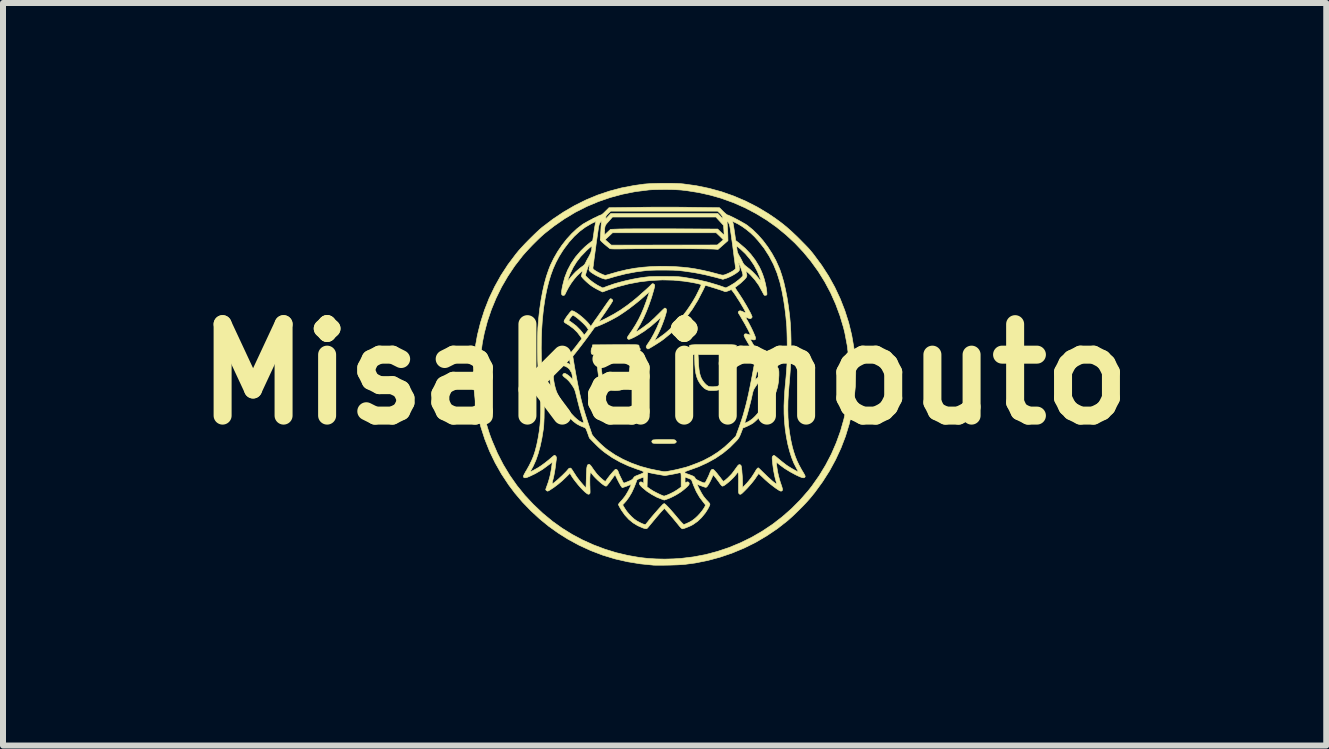
<source format=kicad_pcb>
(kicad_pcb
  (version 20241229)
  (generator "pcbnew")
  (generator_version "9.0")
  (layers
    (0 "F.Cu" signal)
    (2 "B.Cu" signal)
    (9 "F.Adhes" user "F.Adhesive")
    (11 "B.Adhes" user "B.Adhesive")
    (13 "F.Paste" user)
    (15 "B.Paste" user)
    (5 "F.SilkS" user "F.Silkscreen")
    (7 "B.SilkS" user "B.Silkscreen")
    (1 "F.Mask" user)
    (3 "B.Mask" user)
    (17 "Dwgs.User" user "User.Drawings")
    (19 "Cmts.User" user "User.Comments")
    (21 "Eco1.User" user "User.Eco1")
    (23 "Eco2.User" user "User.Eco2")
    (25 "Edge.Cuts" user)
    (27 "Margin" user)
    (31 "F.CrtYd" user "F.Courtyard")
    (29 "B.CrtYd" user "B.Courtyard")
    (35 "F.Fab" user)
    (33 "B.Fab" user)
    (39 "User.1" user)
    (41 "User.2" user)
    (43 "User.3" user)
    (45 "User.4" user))
  (footprint "Misakaimouto"
    (layer "F.Cu")
    (at 8.026 3.187)
    (property "Reference" "Misakaimouto" (at 0 0 0) (layer "F.SilkS") (effects (font (size 1.524 1.524) (thickness 0.3))))
    (attr through_hole)
    (fp_poly (pts (xy 0.047 1.089) (xy 0.09 1.089) (xy 0.121 1.09) (xy 0.144 1.091) (xy 0.159 1.092) (xy 0.169 1.095) (xy 0.176 1.099) (xy 0.181 1.103) (xy 0.194 1.118) (xy 0.194 1.131) (xy 0.185 1.142) (xy 0.179 1.146) (xy 0.17 1.149) (xy 0.156 1.151) (xy 0.134 1.152) (xy 0.103 1.153) (xy 0.062 1.154) (xy 0.009 1.154) (xy -0.01 1.154) (xy -0.067 1.154) (xy -0.111 1.154) (xy -0.144 1.153) (xy -0.167 1.152) (xy -0.184 1.15) (xy -0.194 1.148) (xy -0.201 1.145) (xy -0.206 1.14) (xy -0.214 1.123) (xy -0.208 1.106) (xy -0.196 1.096) (xy -0.185 1.094) (xy -0.161 1.092) (xy -0.127 1.09) (xy -0.084 1.089) (xy -0.035 1.089) (xy -0.008 1.089) (xy 0.047 1.089)) (stroke (width 0.01) (type solid)) (fill yes) (layer "F.SilkS"))
    (fp_poly (pts (xy -0.557 -0.492) (xy -0.519 -0.492) (xy -0.49 -0.492) (xy -0.468 -0.491) (xy -0.452 -0.489) (xy -0.442 -0.488) (xy -0.435 -0.486) (xy -0.431 -0.483) (xy -0.429 -0.48) (xy -0.428 -0.48) (xy -0.424 -0.464) (xy -0.425 -0.455) (xy -0.423 -0.444) (xy -0.418 -0.44) (xy -0.409 -0.43) (xy -0.406 -0.414) (xy -0.409 -0.397) (xy -0.418 -0.387) (xy -0.418 -0.387) (xy -0.426 -0.377) (xy -0.426 -0.369) (xy -0.428 -0.351) (xy -0.441 -0.337) (xy -0.463 -0.328) (xy -0.479 -0.327) (xy -0.508 -0.327) (xy -0.508 -0.267) (xy -0.511 -0.179) (xy -0.518 -0.096) (xy -0.53 -0.021) (xy -0.546 0.044) (xy -0.56 0.083) (xy -0.584 0.13) (xy -0.615 0.174) (xy -0.649 0.213) (xy -0.685 0.242) (xy -0.708 0.255) (xy -0.74 0.265) (xy -0.781 0.271) (xy -0.825 0.273) (xy -0.866 0.271) (xy -0.878 0.269) (xy -0.929 0.255) (xy -0.972 0.232) (xy -0.99 0.217) (xy -1.014 0.193) (xy -1.04 0.161) (xy -1.064 0.126) (xy -1.083 0.094) (xy -1.092 0.073) (xy -1.097 0.052) (xy -1.103 0.018) (xy -1.109 -0.024) (xy -1.115 -0.074) (xy -1.121 -0.129) (xy -1.125 -0.185) (xy -1.129 -0.241) (xy -1.129 -0.241) (xy -1.134 -0.327) (xy -1.069 -0.327) (xy -1.064 -0.223) (xy -1.06 -0.159) (xy -1.055 -0.099) (xy -1.048 -0.044) (xy -1.042 0.003) (xy -1.034 0.04) (xy -1.027 0.065) (xy -1.025 0.069) (xy -1.01 0.094) (xy -0.989 0.121) (xy -0.966 0.149) (xy -0.944 0.171) (xy -0.926 0.185) (xy -0.903 0.196) (xy -0.882 0.204) (xy -0.853 0.208) (xy -0.818 0.209) (xy -0.782 0.208) (xy -0.752 0.204) (xy -0.747 0.203) (xy -0.724 0.192) (xy -0.698 0.171) (xy -0.671 0.143) (xy -0.647 0.112) (xy -0.629 0.083) (xy -0.607 0.027) (xy -0.59 -0.042) (xy -0.579 -0.121) (xy -0.573 -0.211) (xy -0.573 -0.309) (xy -0.573 -0.31) (xy -0.573 -0.327) (xy -1.069 -0.327) (xy -1.134 -0.327) (xy -1.166 -0.327) (xy -1.195 -0.328) (xy -1.213 -0.335) (xy -1.222 -0.349) (xy -1.225 -0.374) (xy -1.225 -0.383) (xy -1.223 -0.409) (xy -1.219 -0.428) (xy -1.215 -0.435) (xy -1.208 -0.45) (xy -1.203 -0.468) (xy -1.201 -0.49) (xy -0.819 -0.492) (xy -0.734 -0.492) (xy -0.663 -0.492) (xy -0.605 -0.493) (xy -0.557 -0.492)) (stroke (width 0.01) (type solid)) (fill yes) (layer "F.SilkS"))
    (fp_poly (pts (xy 0.892 -0.493) (xy 0.965 -0.493) (xy 1.025 -0.493) (xy 1.074 -0.492) (xy 1.114 -0.492) (xy 1.144 -0.49) (xy 1.166 -0.488) (xy 1.181 -0.485) (xy 1.191 -0.482) (xy 1.196 -0.477) (xy 1.197 -0.472) (xy 1.196 -0.465) (xy 1.194 -0.458) (xy 1.193 -0.446) (xy 1.197 -0.443) (xy 1.207 -0.437) (xy 1.214 -0.422) (xy 1.214 -0.405) (xy 1.212 -0.399) (xy 1.208 -0.382) (xy 1.214 -0.37) (xy 1.219 -0.358) (xy 1.214 -0.348) (xy 1.206 -0.341) (xy 1.181 -0.329) (xy 1.157 -0.327) (xy 1.144 -0.327) (xy 1.134 -0.325) (xy 1.127 -0.32) (xy 1.123 -0.31) (xy 1.12 -0.292) (xy 1.117 -0.266) (xy 1.116 -0.228) (xy 1.114 -0.192) (xy 1.11 -0.125) (xy 1.104 -0.063) (xy 1.098 -0.007) (xy 1.089 0.04) (xy 1.081 0.075) (xy 1.075 0.089) (xy 1.06 0.117) (xy 1.037 0.15) (xy 1.01 0.183) (xy 0.983 0.212) (xy 0.96 0.232) (xy 0.936 0.247) (xy 0.91 0.258) (xy 0.904 0.26) (xy 0.872 0.267) (xy 0.833 0.271) (xy 0.793 0.272) (xy 0.757 0.271) (xy 0.734 0.268) (xy 0.697 0.256) (xy 0.662 0.234) (xy 0.627 0.201) (xy 0.621 0.194) (xy 0.586 0.149) (xy 0.558 0.101) (xy 0.537 0.048) (xy 0.521 -0.012) (xy 0.51 -0.082) (xy 0.504 -0.163) (xy 0.503 -0.198) (xy 0.499 -0.327) (xy 0.558 -0.327) (xy 0.563 -0.227) (xy 0.567 -0.147) (xy 0.574 -0.08) (xy 0.583 -0.023) (xy 0.596 0.025) (xy 0.612 0.067) (xy 0.633 0.104) (xy 0.659 0.139) (xy 0.683 0.165) (xy 0.703 0.183) (xy 0.724 0.197) (xy 0.736 0.203) (xy 0.768 0.208) (xy 0.808 0.209) (xy 0.849 0.207) (xy 0.882 0.2) (xy 0.915 0.184) (xy 0.95 0.156) (xy 0.983 0.12) (xy 1.005 0.088) (xy 1.019 0.058) (xy 1.03 0.018) (xy 1.039 -0.035) (xy 1.045 -0.101) (xy 1.048 -0.142) (xy 1.05 -0.181) (xy 1.053 -0.222) (xy 1.056 -0.258) (xy 1.057 -0.274) (xy 1.061 -0.327) (xy 0.558 -0.327) (xy 0.499 -0.327) (xy 0.47 -0.327) (xy 0.44 -0.33) (xy 0.421 -0.34) (xy 0.414 -0.357) (xy 0.414 -0.362) (xy 0.41 -0.381) (xy 0.403 -0.392) (xy 0.393 -0.408) (xy 0.395 -0.425) (xy 0.405 -0.437) (xy 0.415 -0.449) (xy 0.415 -0.458) (xy 0.414 -0.466) (xy 0.413 -0.472) (xy 0.415 -0.478) (xy 0.421 -0.482) (xy 0.431 -0.485) (xy 0.447 -0.488) (xy 0.469 -0.49) (xy 0.5 -0.492) (xy 0.54 -0.493) (xy 0.59 -0.493) (xy 0.651 -0.493) (xy 0.725 -0.493) (xy 0.806 -0.493) (xy 0.892 -0.493)) (stroke (width 0.01) (type solid)) (fill yes) (layer "F.SilkS"))
    (fp_poly (pts (xy 0.066 -3.182) (xy 0.14 -3.181) (xy 0.208 -3.179) (xy 0.267 -3.176) (xy 0.312 -3.172) (xy 0.529 -3.142) (xy 0.742 -3.098) (xy 0.95 -3.041) (xy 1.152 -2.97) (xy 1.349 -2.886) (xy 1.54 -2.789) (xy 1.726 -2.678) (xy 1.745 -2.665) (xy 1.847 -2.596) (xy 1.942 -2.526) (xy 2.032 -2.454) (xy 2.121 -2.375) (xy 2.213 -2.288) (xy 2.251 -2.25) (xy 2.296 -2.204) (xy 2.333 -2.167) (xy 2.363 -2.136) (xy 2.388 -2.11) (xy 2.409 -2.087) (xy 2.428 -2.065) (xy 2.447 -2.042) (xy 2.468 -2.017) (xy 2.49 -1.988) (xy 2.618 -1.815) (xy 2.734 -1.635) (xy 2.837 -1.449) (xy 2.927 -1.257) (xy 3.004 -1.06) (xy 3.068 -0.859) (xy 3.118 -0.653) (xy 3.154 -0.445) (xy 3.177 -0.234) (xy 3.186 -0.021) (xy 3.18 0.193) (xy 3.18 0.196) (xy 3.159 0.411) (xy 3.125 0.623) (xy 3.077 0.83) (xy 3.015 1.033) (xy 2.939 1.231) (xy 2.85 1.423) (xy 2.748 1.611) (xy 2.632 1.793) (xy 2.503 1.97) (xy 2.423 2.068) (xy 2.387 2.109) (xy 2.344 2.156) (xy 2.294 2.208) (xy 2.241 2.261) (xy 2.187 2.314) (xy 2.136 2.363) (xy 2.088 2.406) (xy 2.05 2.44) (xy 1.88 2.573) (xy 1.702 2.693) (xy 1.517 2.802) (xy 1.325 2.897) (xy 1.128 2.979) (xy 0.926 3.048) (xy 0.719 3.104) (xy 0.508 3.146) (xy 0.342 3.168) (xy 0.308 3.171) (xy 0.263 3.174) (xy 0.209 3.177) (xy 0.15 3.179) (xy 0.087 3.181) (xy 0.024 3.182) (xy -0.036 3.183) (xy -0.091 3.183) (xy -0.138 3.183) (xy -0.174 3.182) (xy -0.181 3.182) (xy -0.402 3.16) (xy -0.617 3.125) (xy -0.827 3.077) (xy -1.031 3.015) (xy -1.23 2.939) (xy -1.424 2.85) (xy -1.612 2.748) (xy -1.774 2.646) (xy -1.931 2.534) (xy -2.084 2.409) (xy -2.231 2.273) (xy -2.369 2.13) (xy -2.496 1.98) (xy -2.599 1.843) (xy -2.718 1.663) (xy -2.824 1.476) (xy -2.917 1.283) (xy -2.996 1.084) (xy -3.062 0.88) (xy -3.115 0.67) (xy -3.127 0.613) (xy -3.156 0.435) (xy -3.176 0.25) (xy -3.183 0.109) (xy -3.08 0.109) (xy -3.066 0.317) (xy -3.037 0.524) (xy -2.994 0.729) (xy -2.987 0.759) (xy -2.969 0.827) (xy -2.953 0.884) (xy -2.937 0.935) (xy -2.921 0.985) (xy -2.903 1.036) (xy -2.881 1.094) (xy -2.87 1.121) (xy -2.786 1.317) (xy -2.69 1.504) (xy -2.582 1.683) (xy -2.462 1.854) (xy -2.33 2.017) (xy -2.186 2.171) (xy -2.03 2.318) (xy -1.865 2.454) (xy -1.708 2.566) (xy -1.542 2.669) (xy -1.367 2.762) (xy -1.185 2.844) (xy -0.997 2.915) (xy -0.806 2.974) (xy -0.612 3.02) (xy -0.417 3.054) (xy -0.276 3.07) (xy -0.139 3.078) (xy 0.004 3.081) (xy 0.149 3.077) (xy 0.276 3.069) (xy 0.48 3.044) (xy 0.682 3.006) (xy 0.881 2.953) (xy 1.075 2.888) (xy 1.265 2.809) (xy 1.449 2.719) (xy 1.627 2.616) (xy 1.798 2.502) (xy 1.961 2.376) (xy 2.116 2.24) (xy 2.261 2.094) (xy 2.397 1.938) (xy 2.455 1.864) (xy 2.576 1.692) (xy 2.684 1.514) (xy 2.78 1.33) (xy 2.862 1.141) (xy 2.932 0.947) (xy 2.988 0.749) (xy 3.032 0.548) (xy 3.061 0.344) (xy 3.078 0.139) (xy 3.08 -0.068) (xy 3.069 -0.275) (xy 3.043 -0.482) (xy 3.004 -0.688) (xy 2.983 -0.774) (xy 2.923 -0.975) (xy 2.851 -1.169) (xy 2.767 -1.357) (xy 2.67 -1.539) (xy 2.562 -1.713) (xy 2.442 -1.879) (xy 2.313 -2.036) (xy 2.173 -2.185) (xy 2.023 -2.324) (xy 1.865 -2.453) (xy 1.697 -2.572) (xy 1.522 -2.679) (xy 1.339 -2.775) (xy 1.149 -2.859) (xy 0.952 -2.93) (xy 0.948 -2.932) (xy 0.761 -2.985) (xy 0.569 -3.028) (xy 0.374 -3.059) (xy 0.279 -3.07) (xy 0.236 -3.073) (xy 0.182 -3.076) (xy 0.119 -3.078) (xy 0.051 -3.079) (xy -0.02 -3.079) (xy -0.089 -3.078) (xy -0.155 -3.077) (xy -0.213 -3.075) (xy -0.261 -3.072) (xy -0.276 -3.07) (xy -0.49 -3.043) (xy -0.7 -3.001) (xy -0.904 -2.946) (xy -1.102 -2.878) (xy -1.295 -2.797) (xy -1.483 -2.702) (xy -1.665 -2.593) (xy -1.841 -2.471) (xy -2.005 -2.342) (xy -2.048 -2.304) (xy -2.098 -2.257) (xy -2.152 -2.204) (xy -2.207 -2.149) (xy -2.261 -2.092) (xy -2.311 -2.038) (xy -2.355 -1.988) (xy -2.371 -1.969) (xy -2.498 -1.805) (xy -2.613 -1.633) (xy -2.717 -1.454) (xy -2.808 -1.269) (xy -2.887 -1.078) (xy -2.953 -0.883) (xy -3.005 -0.686) (xy -3.037 -0.525) (xy -3.066 -0.312) (xy -3.08 -0.1) (xy -3.08 0.109) (xy -3.183 0.109) (xy -3.185 0.063) (xy -3.184 -0.124) (xy -3.173 -0.307) (xy -3.157 -0.443) (xy -3.119 -0.655) (xy -3.067 -0.863) (xy -3.002 -1.067) (xy -2.924 -1.266) (xy -2.832 -1.459) (xy -2.728 -1.646) (xy -2.611 -1.826) (xy -2.481 -1.999) (xy -2.433 -2.058) (xy -2.402 -2.093) (xy -2.364 -2.134) (xy -2.321 -2.18) (xy -2.273 -2.229) (xy -2.224 -2.278) (xy -2.176 -2.325) (xy -2.13 -2.369) (xy -2.088 -2.408) (xy -2.053 -2.438) (xy -2.039 -2.45) (xy -1.861 -2.585) (xy -1.681 -2.705) (xy -1.497 -2.812) (xy -1.31 -2.905) (xy -1.118 -2.985) (xy -0.922 -3.051) (xy -0.72 -3.105) (xy -0.512 -3.145) (xy -0.341 -3.169) (xy -0.292 -3.173) (xy -0.231 -3.177) (xy -0.162 -3.179) (xy -0.088 -3.181) (xy -0.011 -3.182) (xy 0.066 -3.182)) (stroke (width 0.01) (type solid)) (fill yes) (layer "F.SilkS"))
    (fp_poly (pts (xy 0.076 -2.784) (xy 0.216 -2.784) (xy 0.35 -2.783) (xy 0.454 -2.781) (xy 0.915 -2.775) (xy 0.975 -2.715) (xy 0.999 -2.692) (xy 1.021 -2.673) (xy 1.037 -2.66) (xy 1.044 -2.656) (xy 1.057 -2.653) (xy 1.08 -2.643) (xy 1.11 -2.629) (xy 1.147 -2.611) (xy 1.188 -2.59) (xy 1.23 -2.568) (xy 1.272 -2.545) (xy 1.31 -2.523) (xy 1.344 -2.504) (xy 1.37 -2.487) (xy 1.38 -2.48) (xy 1.469 -2.408) (xy 1.556 -2.323) (xy 1.64 -2.228) (xy 1.718 -2.124) (xy 1.789 -2.014) (xy 1.853 -1.899) (xy 1.906 -1.781) (xy 1.922 -1.742) (xy 1.955 -1.643) (xy 1.987 -1.532) (xy 2.015 -1.409) (xy 2.041 -1.277) (xy 2.063 -1.136) (xy 2.082 -0.989) (xy 2.083 -0.983) (xy 2.095 -0.854) (xy 2.103 -0.714) (xy 2.107 -0.566) (xy 2.107 -0.413) (xy 2.104 -0.257) (xy 2.097 -0.103) (xy 2.086 0.049) (xy 2.079 0.131) (xy 2.065 0.294) (xy 2.056 0.447) (xy 2.054 0.59) (xy 2.057 0.725) (xy 2.067 0.854) (xy 2.083 0.98) (xy 2.105 1.104) (xy 2.129 1.212) (xy 2.152 1.293) (xy 2.177 1.368) (xy 2.206 1.441) (xy 2.241 1.514) (xy 2.284 1.593) (xy 2.316 1.646) (xy 2.332 1.674) (xy 2.341 1.693) (xy 2.343 1.706) (xy 2.338 1.715) (xy 2.333 1.72) (xy 2.323 1.725) (xy 2.307 1.725) (xy 2.285 1.72) (xy 2.255 1.709) (xy 2.216 1.691) (xy 2.184 1.676) (xy 2.092 1.626) (xy 2.001 1.57) (xy 1.918 1.509) (xy 1.909 1.502) (xy 1.863 1.464) (xy 1.868 1.518) (xy 1.875 1.571) (xy 1.885 1.632) (xy 1.899 1.695) (xy 1.915 1.755) (xy 1.931 1.807) (xy 1.936 1.821) (xy 1.951 1.864) (xy 1.96 1.895) (xy 1.965 1.916) (xy 1.964 1.931) (xy 1.959 1.94) (xy 1.953 1.945) (xy 1.942 1.948) (xy 1.929 1.946) (xy 1.911 1.937) (xy 1.899 1.93) (xy 1.848 1.896) (xy 1.791 1.853) (xy 1.732 1.806) (xy 1.675 1.756) (xy 1.65 1.732) (xy 1.623 1.706) (xy 1.599 1.684) (xy 1.581 1.667) (xy 1.57 1.658) (xy 1.569 1.657) (xy 1.563 1.662) (xy 1.552 1.677) (xy 1.536 1.7) (xy 1.517 1.728) (xy 1.517 1.729) (xy 1.498 1.756) (xy 1.473 1.788) (xy 1.444 1.823) (xy 1.412 1.86) (xy 1.38 1.896) (xy 1.348 1.929) (xy 1.319 1.958) (xy 1.295 1.981) (xy 1.276 1.996) (xy 1.269 2) (xy 1.251 1.999) (xy 1.242 1.993) (xy 1.238 1.987) (xy 1.235 1.978) (xy 1.233 1.964) (xy 1.232 1.943) (xy 1.232 1.914) (xy 1.232 1.873) (xy 1.232 1.827) (xy 1.233 1.78) (xy 1.232 1.736) (xy 1.232 1.699) (xy 1.23 1.671) (xy 1.229 1.654) (xy 1.228 1.651) (xy 1.222 1.63) (xy 1.192 1.669) (xy 1.168 1.699) (xy 1.138 1.731) (xy 1.105 1.763) (xy 1.071 1.794) (xy 1.038 1.821) (xy 1.008 1.844) (xy 0.984 1.859) (xy 0.966 1.865) (xy 0.965 1.865) (xy 0.953 1.859) (xy 0.936 1.841) (xy 0.921 1.82) (xy 0.901 1.791) (xy 0.876 1.758) (xy 0.853 1.727) (xy 0.851 1.725) (xy 0.811 1.675) (xy 0.789 1.724) (xy 0.77 1.766) (xy 0.75 1.805) (xy 0.731 1.838) (xy 0.715 1.863) (xy 0.704 1.876) (xy 0.695 1.883) (xy 0.686 1.885) (xy 0.672 1.882) (xy 0.652 1.876) (xy 0.623 1.865) (xy 0.593 1.854) (xy 0.581 1.849) (xy 0.562 1.842) (xy 0.549 1.839) (xy 0.546 1.839) (xy 0.548 1.847) (xy 0.555 1.865) (xy 0.567 1.89) (xy 0.582 1.919) (xy 0.599 1.951) (xy 0.616 1.982) (xy 0.633 2.01) (xy 0.647 2.032) (xy 0.65 2.036) (xy 0.672 2.064) (xy 0.698 2.095) (xy 0.718 2.115) (xy 0.742 2.142) (xy 0.754 2.162) (xy 0.755 2.169) (xy 0.751 2.184) (xy 0.74 2.208) (xy 0.725 2.237) (xy 0.706 2.269) (xy 0.686 2.3) (xy 0.676 2.315) (xy 0.614 2.39) (xy 0.549 2.452) (xy 0.478 2.502) (xy 0.457 2.514) (xy 0.429 2.528) (xy 0.396 2.542) (xy 0.363 2.556) (xy 0.332 2.567) (xy 0.307 2.574) (xy 0.295 2.576) (xy 0.286 2.571) (xy 0.27 2.557) (xy 0.251 2.536) (xy 0.238 2.52) (xy 0.186 2.456) (xy 0.139 2.399) (xy 0.092 2.344) (xy 0.055 2.302) (xy -0.004 2.235) (xy -0.043 2.277) (xy -0.061 2.296) (xy -0.085 2.324) (xy -0.114 2.358) (xy -0.145 2.394) (xy -0.173 2.428) (xy -0.202 2.463) (xy -0.229 2.495) (xy -0.252 2.523) (xy -0.269 2.544) (xy -0.279 2.556) (xy -0.279 2.556) (xy -0.292 2.569) (xy -0.305 2.574) (xy -0.322 2.573) (xy -0.348 2.566) (xy -0.363 2.561) (xy -0.448 2.524) (xy -0.525 2.477) (xy -0.596 2.419) (xy -0.66 2.349) (xy -0.719 2.266) (xy -0.746 2.22) (xy -0.758 2.197) (xy -0.767 2.179) (xy -0.767 2.177) (xy -0.699 2.177) (xy -0.663 2.237) (xy -0.632 2.283) (xy -0.593 2.33) (xy -0.55 2.375) (xy -0.506 2.414) (xy -0.464 2.444) (xy -0.454 2.449) (xy -0.408 2.474) (xy -0.369 2.492) (xy -0.34 2.502) (xy -0.321 2.504) (xy -0.315 2.502) (xy -0.307 2.492) (xy -0.293 2.475) (xy -0.274 2.452) (xy -0.261 2.435) (xy -0.239 2.408) (xy -0.212 2.375) (xy -0.181 2.339) (xy -0.148 2.301) (xy -0.116 2.264) (xy -0.086 2.23) (xy -0.06 2.202) (xy -0.041 2.182) (xy -0.035 2.175) (xy -0.02 2.162) (xy -0.007 2.156) (xy -0.006 2.155) (xy 0.004 2.161) (xy 0.023 2.177) (xy 0.048 2.202) (xy 0.08 2.236) (xy 0.117 2.278) (xy 0.159 2.326) (xy 0.204 2.38) (xy 0.209 2.386) (xy 0.239 2.421) (xy 0.266 2.452) (xy 0.289 2.477) (xy 0.307 2.494) (xy 0.317 2.503) (xy 0.319 2.504) (xy 0.335 2.5) (xy 0.361 2.49) (xy 0.391 2.476) (xy 0.424 2.46) (xy 0.453 2.443) (xy 0.468 2.433) (xy 0.508 2.402) (xy 0.55 2.363) (xy 0.591 2.319) (xy 0.628 2.273) (xy 0.658 2.229) (xy 0.676 2.196) (xy 0.679 2.186) (xy 0.678 2.176) (xy 0.67 2.163) (xy 0.654 2.143) (xy 0.648 2.136) (xy 0.584 2.051) (xy 0.529 1.957) (xy 0.483 1.852) (xy 0.472 1.823) (xy 0.462 1.795) (xy 0.453 1.772) (xy 0.447 1.758) (xy 0.445 1.756) (xy 0.436 1.751) (xy 0.417 1.742) (xy 0.392 1.732) (xy 0.39 1.732) (xy 0.341 1.713) (xy 0.341 1.765) (xy 0.341 1.791) (xy 0.342 1.806) (xy 0.345 1.81) (xy 0.351 1.808) (xy 0.354 1.805) (xy 0.374 1.794) (xy 0.392 1.795) (xy 0.405 1.804) (xy 0.411 1.821) (xy 0.406 1.841) (xy 0.394 1.856) (xy 0.372 1.878) (xy 0.342 1.905) (xy 0.307 1.934) (xy 0.271 1.961) (xy 0.234 1.985) (xy 0.189 2.012) (xy 0.14 2.038) (xy 0.092 2.061) (xy 0.049 2.078) (xy 0.039 2.082) (xy -0.006 2.097) (xy -0.048 2.082) (xy -0.132 2.048) (xy -0.216 2.002) (xy -0.297 1.949) (xy -0.368 1.89) (xy -0.382 1.877) (xy -0.292 1.877) (xy -0.245 1.911) (xy -0.196 1.943) (xy -0.136 1.975) (xy -0.07 2.007) (xy -0.051 2.015) (xy -0.029 2.024) (xy -0.014 2.03) (xy -0.009 2.032) (xy -0.002 2.029) (xy 0.015 2.023) (xy 0.039 2.015) (xy 0.042 2.014) (xy 0.099 1.989) (xy 0.159 1.958) (xy 0.214 1.924) (xy 0.235 1.909) (xy 0.276 1.879) (xy 0.276 1.76) (xy 0.276 1.714) (xy 0.275 1.681) (xy 0.273 1.659) (xy 0.269 1.646) (xy 0.262 1.64) (xy 0.251 1.641) (xy 0.235 1.645) (xy 0.222 1.648) (xy 0.204 1.652) (xy 0.176 1.658) (xy 0.14 1.665) (xy 0.102 1.672) (xy 0.1 1.672) (xy 0.006 1.689) (xy -0.097 1.671) (xy -0.138 1.664) (xy -0.177 1.657) (xy -0.211 1.65) (xy -0.236 1.645) (xy -0.239 1.644) (xy -0.261 1.639) (xy -0.277 1.636) (xy -0.282 1.637) (xy -0.283 1.645) (xy -0.285 1.664) (xy -0.286 1.694) (xy -0.288 1.731) (xy -0.289 1.759) (xy -0.292 1.877) (xy -0.382 1.877) (xy -0.397 1.862) (xy -0.414 1.84) (xy -0.421 1.823) (xy -0.418 1.808) (xy -0.412 1.801) (xy -0.396 1.793) (xy -0.377 1.799) (xy -0.365 1.808) (xy -0.348 1.824) (xy -0.348 1.713) (xy -0.404 1.734) (xy -0.434 1.746) (xy -0.453 1.755) (xy -0.462 1.765) (xy -0.465 1.772) (xy -0.475 1.802) (xy -0.49 1.84) (xy -0.507 1.883) (xy -0.526 1.925) (xy -0.543 1.962) (xy -0.553 1.981) (xy -0.595 2.051) (xy -0.639 2.111) (xy -0.667 2.143) (xy -0.699 2.177) (xy -0.767 2.177) (xy -0.769 2.17) (xy -0.765 2.161) (xy -0.752 2.144) (xy -0.734 2.123) (xy -0.726 2.115) (xy -0.701 2.087) (xy -0.677 2.056) (xy -0.656 2.029) (xy -0.655 2.027) (xy -0.638 2) (xy -0.619 1.968) (xy -0.6 1.934) (xy -0.584 1.901) (xy -0.57 1.873) (xy -0.563 1.853) (xy -0.562 1.852) (xy -0.558 1.836) (xy -0.596 1.851) (xy -0.626 1.863) (xy -0.657 1.874) (xy -0.67 1.879) (xy -0.706 1.89) (xy -0.723 1.869) (xy -0.733 1.854) (xy -0.747 1.829) (xy -0.764 1.798) (xy -0.781 1.764) (xy -0.783 1.761) (xy -0.825 1.674) (xy -0.88 1.75) (xy -0.909 1.789) (xy -0.931 1.819) (xy -0.947 1.839) (xy -0.958 1.853) (xy -0.966 1.86) (xy -0.971 1.864) (xy -0.976 1.865) (xy -0.978 1.865) (xy -0.993 1.86) (xy -1.016 1.846) (xy -1.045 1.825) (xy -1.077 1.798) (xy -1.111 1.768) (xy -1.144 1.736) (xy -1.175 1.704) (xy -1.201 1.673) (xy -1.214 1.657) (xy -1.237 1.624) (xy -1.243 1.688) (xy -1.245 1.719) (xy -1.246 1.76) (xy -1.246 1.806) (xy -1.245 1.853) (xy -1.244 1.87) (xy -1.243 1.914) (xy -1.242 1.945) (xy -1.242 1.966) (xy -1.243 1.98) (xy -1.246 1.988) (xy -1.25 1.993) (xy -1.255 1.996) (xy -1.267 2) (xy -1.28 1.997) (xy -1.298 1.986) (xy -1.3 1.984) (xy -1.329 1.961) (xy -1.364 1.927) (xy -1.402 1.887) (xy -1.442 1.841) (xy -1.48 1.794) (xy -1.516 1.747) (xy -1.546 1.703) (xy -1.561 1.678) (xy -1.577 1.65) (xy -1.64 1.712) (xy -1.706 1.775) (xy -1.775 1.833) (xy -1.844 1.885) (xy -1.909 1.928) (xy -1.917 1.933) (xy -1.936 1.944) (xy -1.948 1.948) (xy -1.957 1.946) (xy -1.968 1.938) (xy -1.979 1.928) (xy -1.981 1.918) (xy -1.975 1.901) (xy -1.975 1.9) (xy -1.956 1.848) (xy -1.936 1.791) (xy -1.92 1.735) (xy -1.91 1.697) (xy -1.904 1.67) (xy -1.898 1.638) (xy -1.891 1.601) (xy -1.885 1.565) (xy -1.88 1.53) (xy -1.876 1.501) (xy -1.874 1.48) (xy -1.874 1.469) (xy -1.874 1.469) (xy -1.881 1.472) (xy -1.895 1.482) (xy -1.915 1.497) (xy -1.92 1.501) (xy -2.035 1.586) (xy -2.154 1.656) (xy -2.242 1.698) (xy -2.281 1.715) (xy -2.31 1.724) (xy -2.33 1.726) (xy -2.343 1.722) (xy -2.351 1.713) (xy -2.353 1.705) (xy -2.352 1.695) (xy -2.345 1.679) (xy -2.334 1.657) (xy -2.316 1.625) (xy -2.315 1.623) (xy -2.239 1.623) (xy -2.239 1.626) (xy -2.229 1.622) (xy -2.21 1.613) (xy -2.184 1.6) (xy -2.155 1.584) (xy -2.126 1.568) (xy -2.099 1.552) (xy -2.099 1.552) (xy -2.048 1.518) (xy -1.991 1.476) (xy -1.933 1.43) (xy -1.891 1.394) (xy -1.869 1.375) (xy -1.85 1.36) (xy -1.838 1.351) (xy -1.835 1.35) (xy -1.826 1.354) (xy -1.814 1.364) (xy -1.804 1.38) (xy -1.803 1.4) (xy -1.803 1.406) (xy -1.805 1.423) (xy -1.809 1.451) (xy -1.813 1.487) (xy -1.818 1.526) (xy -1.819 1.535) (xy -1.826 1.583) (xy -1.835 1.638) (xy -1.845 1.691) (xy -1.854 1.731) (xy -1.863 1.766) (xy -1.87 1.795) (xy -1.874 1.817) (xy -1.876 1.827) (xy -1.876 1.828) (xy -1.868 1.826) (xy -1.852 1.815) (xy -1.829 1.797) (xy -1.801 1.774) (xy -1.77 1.747) (xy -1.738 1.717) (xy -1.705 1.687) (xy -1.675 1.657) (xy -1.648 1.63) (xy -1.627 1.607) (xy -1.612 1.59) (xy -1.609 1.585) (xy -1.595 1.571) (xy -1.577 1.564) (xy -1.565 1.565) (xy -1.556 1.572) (xy -1.543 1.59) (xy -1.527 1.614) (xy -1.516 1.632) (xy -1.467 1.708) (xy -1.412 1.78) (xy -1.358 1.843) (xy -1.31 1.897) (xy -1.305 1.741) (xy -1.304 1.693) (xy -1.302 1.648) (xy -1.3 1.608) (xy -1.298 1.576) (xy -1.296 1.556) (xy -1.295 1.553) (xy -1.289 1.525) (xy -1.28 1.509) (xy -1.267 1.503) (xy -1.259 1.502) (xy -1.249 1.505) (xy -1.237 1.516) (xy -1.221 1.535) (xy -1.202 1.563) (xy -1.179 1.596) (xy -1.154 1.629) (xy -1.132 1.659) (xy -1.125 1.667) (xy -1.105 1.688) (xy -1.082 1.712) (xy -1.056 1.735) (xy -1.032 1.756) (xy -1.01 1.773) (xy -0.995 1.783) (xy -0.99 1.785) (xy -0.982 1.78) (xy -0.971 1.766) (xy -0.968 1.761) (xy -0.951 1.737) (xy -0.93 1.71) (xy -0.907 1.68) (xy -0.882 1.651) (xy -0.859 1.624) (xy -0.839 1.603) (xy -0.825 1.589) (xy -0.819 1.585) (xy -0.801 1.587) (xy -0.785 1.599) (xy -0.774 1.621) (xy -0.773 1.624) (xy -0.768 1.64) (xy -0.758 1.664) (xy -0.745 1.692) (xy -0.73 1.723) (xy -0.715 1.753) (xy -0.702 1.78) (xy -0.69 1.801) (xy -0.682 1.813) (xy -0.68 1.814) (xy -0.67 1.812) (xy -0.65 1.804) (xy -0.624 1.794) (xy -0.597 1.783) (xy -0.571 1.772) (xy -0.556 1.765) (xy -0.534 1.749) (xy -0.517 1.728) (xy -0.517 1.728) (xy -0.51 1.716) (xy -0.5 1.707) (xy -0.485 1.698) (xy -0.461 1.688) (xy -0.427 1.675) (xy -0.426 1.674) (xy -0.389 1.66) (xy -0.364 1.648) (xy -0.35 1.638) (xy -0.35 1.636) (xy 0.336 1.636) (xy 0.345 1.647) (xy 0.361 1.656) (xy 0.366 1.657) (xy 0.381 1.662) (xy 0.404 1.67) (xy 0.433 1.681) (xy 0.441 1.684) (xy 0.471 1.696) (xy 0.489 1.706) (xy 0.5 1.715) (xy 0.507 1.726) (xy 0.507 1.728) (xy 0.513 1.74) (xy 0.525 1.75) (xy 0.544 1.762) (xy 0.573 1.777) (xy 0.576 1.778) (xy 0.613 1.795) (xy 0.64 1.806) (xy 0.658 1.811) (xy 0.671 1.808) (xy 0.682 1.797) (xy 0.693 1.778) (xy 0.706 1.751) (xy 0.723 1.717) (xy 0.739 1.682) (xy 0.752 1.65) (xy 0.755 1.641) (xy 0.768 1.611) (xy 0.781 1.593) (xy 0.79 1.587) (xy 0.799 1.584) (xy 0.808 1.585) (xy 0.819 1.593) (xy 0.836 1.609) (xy 0.847 1.622) (xy 0.87 1.648) (xy 0.896 1.681) (xy 0.922 1.714) (xy 0.931 1.725) (xy 0.949 1.75) (xy 0.965 1.77) (xy 0.977 1.783) (xy 0.98 1.785) (xy 0.99 1.78) (xy 1.007 1.768) (xy 1.029 1.749) (xy 1.054 1.727) (xy 1.078 1.703) (xy 1.101 1.68) (xy 1.118 1.662) (xy 1.137 1.638) (xy 1.16 1.607) (xy 1.183 1.575) (xy 1.19 1.565) (xy 1.211 1.536) (xy 1.225 1.518) (xy 1.237 1.509) (xy 1.248 1.506) (xy 1.248 1.506) (xy 1.266 1.512) (xy 1.275 1.524) (xy 1.279 1.539) (xy 1.283 1.565) (xy 1.287 1.6) (xy 1.29 1.642) (xy 1.294 1.688) (xy 1.297 1.735) (xy 1.298 1.78) (xy 1.299 1.821) (xy 1.299 1.823) (xy 1.299 1.89) (xy 1.345 1.843) (xy 1.371 1.815) (xy 1.4 1.781) (xy 1.427 1.747) (xy 1.436 1.736) (xy 1.459 1.703) (xy 1.481 1.669) (xy 1.501 1.638) (xy 1.507 1.627) (xy 1.527 1.593) (xy 1.544 1.571) (xy 1.557 1.561) (xy 1.562 1.56) (xy 1.569 1.565) (xy 1.584 1.579) (xy 1.606 1.6) (xy 1.632 1.626) (xy 1.657 1.65) (xy 1.69 1.682) (xy 1.724 1.715) (xy 1.759 1.746) (xy 1.791 1.775) (xy 1.82 1.799) (xy 1.844 1.817) (xy 1.86 1.827) (xy 1.865 1.829) (xy 1.866 1.823) (xy 1.863 1.806) (xy 1.857 1.784) (xy 1.844 1.737) (xy 1.831 1.68) (xy 1.819 1.617) (xy 1.809 1.552) (xy 1.801 1.49) (xy 1.799 1.471) (xy 1.795 1.433) (xy 1.793 1.406) (xy 1.793 1.389) (xy 1.795 1.378) (xy 1.799 1.37) (xy 1.805 1.363) (xy 1.805 1.363) (xy 1.812 1.357) (xy 1.817 1.353) (xy 1.824 1.353) (xy 1.833 1.357) (xy 1.847 1.367) (xy 1.868 1.384) (xy 1.897 1.408) (xy 1.92 1.427) (xy 1.954 1.455) (xy 1.991 1.484) (xy 2.026 1.511) (xy 2.049 1.527) (xy 2.081 1.547) (xy 2.115 1.568) (xy 2.148 1.587) (xy 2.178 1.603) (xy 2.202 1.616) (xy 2.219 1.623) (xy 2.225 1.624) (xy 2.223 1.616) (xy 2.216 1.599) (xy 2.203 1.576) (xy 2.196 1.563) (xy 2.154 1.481) (xy 2.116 1.386) (xy 2.083 1.281) (xy 2.054 1.168) (xy 2.03 1.047) (xy 2.011 0.921) (xy 1.998 0.791) (xy 1.991 0.659) (xy 1.99 0.527) (xy 1.992 0.483) (xy 1.994 0.431) (xy 1.997 0.377) (xy 2 0.323) (xy 2.003 0.273) (xy 2.007 0.228) (xy 2.01 0.192) (xy 2.013 0.167) (xy 2.013 0.163) (xy 2.015 0.149) (xy 2.017 0.124) (xy 2.02 0.088) (xy 2.024 0.045) (xy 2.028 -0.005) (xy 2.032 -0.058) (xy 2.036 -0.113) (xy 2.039 -0.152) (xy 2.041 -0.196) (xy 2.043 -0.252) (xy 2.044 -0.317) (xy 2.044 -0.388) (xy 2.044 -0.463) (xy 2.043 -0.539) (xy 2.042 -0.613) (xy 2.04 -0.682) (xy 2.038 -0.744) (xy 2.036 -0.797) (xy 2.035 -0.809) (xy 2.021 -0.961) (xy 2.003 -1.111) (xy 1.981 -1.255) (xy 1.955 -1.391) (xy 1.926 -1.516) (xy 1.923 -1.529) (xy 1.875 -1.684) (xy 1.815 -1.831) (xy 1.742 -1.97) (xy 1.658 -2.101) (xy 1.561 -2.223) (xy 1.499 -2.292) (xy 1.435 -2.353) (xy 1.366 -2.41) (xy 1.294 -2.462) (xy 1.223 -2.505) (xy 1.158 -2.537) (xy 1.141 -2.544) (xy 1.134 -2.544) (xy 1.134 -2.539) (xy 1.136 -2.535) (xy 1.14 -2.522) (xy 1.145 -2.497) (xy 1.151 -2.461) (xy 1.158 -2.418) (xy 1.165 -2.368) (xy 1.173 -2.315) (xy 1.176 -2.292) (xy 1.185 -2.229) (xy 1.24 -2.186) (xy 1.344 -2.097) (xy 1.435 -2.002) (xy 1.512 -1.901) (xy 1.577 -1.793) (xy 1.602 -1.742) (xy 1.634 -1.666) (xy 1.661 -1.585) (xy 1.682 -1.504) (xy 1.697 -1.428) (xy 1.703 -1.377) (xy 1.705 -1.349) (xy 1.705 -1.332) (xy 1.703 -1.323) (xy 1.696 -1.319) (xy 1.689 -1.317) (xy 1.672 -1.315) (xy 1.662 -1.317) (xy 1.655 -1.326) (xy 1.645 -1.344) (xy 1.632 -1.369) (xy 1.625 -1.382) (xy 1.569 -1.484) (xy 1.501 -1.578) (xy 1.435 -1.651) (xy 1.403 -1.682) (xy 1.38 -1.702) (xy 1.366 -1.711) (xy 1.359 -1.711) (xy 1.358 -1.701) (xy 1.364 -1.682) (xy 1.371 -1.658) (xy 1.371 -1.638) (xy 1.364 -1.619) (xy 1.349 -1.598) (xy 1.323 -1.57) (xy 1.322 -1.57) (xy 1.296 -1.545) (xy 1.268 -1.519) (xy 1.238 -1.495) (xy 1.211 -1.474) (xy 1.189 -1.458) (xy 1.175 -1.45) (xy 1.175 -1.45) (xy 1.175 -1.443) (xy 1.184 -1.427) (xy 1.199 -1.402) (xy 1.22 -1.371) (xy 1.222 -1.368) (xy 1.248 -1.33) (xy 1.276 -1.287) (xy 1.306 -1.24) (xy 1.335 -1.191) (xy 1.364 -1.143) (xy 1.39 -1.096) (xy 1.414 -1.052) (xy 1.434 -1.015) (xy 1.448 -0.984) (xy 1.457 -0.963) (xy 1.459 -0.954) (xy 1.453 -0.943) (xy 1.443 -0.933) (xy 1.433 -0.928) (xy 1.421 -0.927) (xy 1.404 -0.932) (xy 1.391 -0.937) (xy 1.371 -0.944) (xy 1.357 -0.949) (xy 1.353 -0.949) (xy 1.355 -0.942) (xy 1.363 -0.925) (xy 1.376 -0.902) (xy 1.384 -0.889) (xy 1.403 -0.854) (xy 1.424 -0.814) (xy 1.446 -0.771) (xy 1.466 -0.729) (xy 1.484 -0.689) (xy 1.499 -0.654) (xy 1.51 -0.627) (xy 1.515 -0.611) (xy 1.515 -0.587) (xy 1.506 -0.575) (xy 1.486 -0.572) (xy 1.46 -0.577) (xy 1.44 -0.583) (xy 1.427 -0.587) (xy 1.425 -0.588) (xy 1.428 -0.582) (xy 1.437 -0.565) (xy 1.452 -0.54) (xy 1.471 -0.507) (xy 1.494 -0.469) (xy 1.504 -0.453) (xy 1.584 -0.318) (xy 1.575 -0.259) (xy 1.571 -0.228) (xy 1.567 -0.201) (xy 1.563 -0.182) (xy 1.563 -0.18) (xy 1.559 -0.16) (xy 1.601 -0.181) (xy 1.633 -0.195) (xy 1.669 -0.206) (xy 1.692 -0.21) (xy 1.746 -0.214) (xy 1.791 -0.206) (xy 1.829 -0.186) (xy 1.861 -0.153) (xy 1.88 -0.122) (xy 1.89 -0.103) (xy 1.897 -0.088) (xy 1.901 -0.072) (xy 1.904 -0.053) (xy 1.905 -0.028) (xy 1.905 0.008) (xy 1.905 0.018) (xy 1.899 0.119) (xy 1.883 0.212) (xy 1.856 0.3) (xy 1.825 0.37) (xy 1.796 0.424) (xy 1.76 0.481) (xy 1.719 0.541) (xy 1.674 0.6) (xy 1.629 0.658) (xy 1.583 0.711) (xy 1.539 0.757) (xy 1.499 0.794) (xy 1.471 0.816) (xy 1.446 0.831) (xy 1.414 0.848) (xy 1.379 0.865) (xy 1.369 0.87) (xy 1.305 0.897) (xy 1.274 0.978) (xy 1.259 1.015) (xy 1.246 1.043) (xy 1.232 1.066) (xy 1.215 1.09) (xy 1.19 1.117) (xy 1.189 1.118) (xy 1.087 1.221) (xy 0.973 1.315) (xy 0.848 1.4) (xy 0.712 1.475) (xy 0.565 1.542) (xy 0.421 1.594) (xy 0.389 1.605) (xy 0.363 1.615) (xy 0.345 1.622) (xy 0.338 1.626) (xy 0.336 1.636) (xy -0.35 1.636) (xy -0.35 1.629) (xy -0.361 1.618) (xy -0.386 1.607) (xy -0.424 1.593) (xy -0.458 1.582) (xy -0.605 1.527) (xy -0.743 1.463) (xy -0.872 1.39) (xy -0.99 1.309) (xy -1.045 1.266) (xy -1.071 1.243) (xy -1.103 1.214) (xy -1.137 1.181) (xy -1.17 1.148) (xy -1.176 1.142) (xy -1.253 1.063) (xy -1.283 0.979) (xy -1.296 0.944) (xy -1.306 0.92) (xy -1.314 0.905) (xy -1.322 0.895) (xy -1.331 0.89) (xy -1.341 0.886) (xy -1.408 0.858) (xy -1.467 0.826) (xy -1.521 0.785) (xy -1.574 0.734) (xy -1.606 0.698) (xy -1.684 0.602) (xy -1.75 0.512) (xy -1.803 0.427) (xy -1.845 0.346) (xy -1.876 0.269) (xy -1.89 0.221) (xy -1.899 0.179) (xy -1.907 0.132) (xy -1.912 0.082) (xy -1.915 0.033) (xy -1.915 -0.001) (xy -1.855 -0.001) (xy -1.853 0.049) (xy -1.847 0.106) (xy -1.837 0.164) (xy -1.823 0.222) (xy -1.807 0.275) (xy -1.792 0.312) (xy -1.762 0.37) (xy -1.726 0.43) (xy -1.685 0.492) (xy -1.64 0.553) (xy -1.594 0.611) (xy -1.547 0.665) (xy -1.501 0.713) (xy -1.458 0.752) (xy -1.419 0.781) (xy -1.404 0.789) (xy -1.381 0.801) (xy -1.362 0.809) (xy -1.352 0.813) (xy -1.349 0.806) (xy -1.353 0.787) (xy -1.361 0.757) (xy -1.384 0.682) (xy -1.405 0.612) (xy -1.424 0.542) (xy -1.443 0.467) (xy -1.459 0.403) (xy -1.472 0.351) (xy -1.482 0.312) (xy -1.491 0.282) (xy -1.499 0.258) (xy -1.507 0.239) (xy -1.517 0.222) (xy -1.527 0.205) (xy -1.565 0.15) (xy -1.6 0.108) (xy -1.635 0.075) (xy -1.656 0.059) (xy -1.676 0.043) (xy -1.691 0.028) (xy -1.697 0.019) (xy -1.694 0.001) (xy -1.681 -0.011) (xy -1.665 -0.015) (xy -1.651 -0.01) (xy -1.629 0.002) (xy -1.605 0.019) (xy -1.581 0.038) (xy -1.561 0.057) (xy -1.55 0.07) (xy -1.54 0.082) (xy -1.534 0.085) (xy -1.534 0.085) (xy -1.533 0.076) (xy -1.534 0.058) (xy -1.538 0.034) (xy -1.542 0.008) (xy -1.547 -0.014) (xy -1.551 -0.031) (xy -1.555 -0.036) (xy -1.561 -0.042) (xy -1.57 -0.057) (xy -1.572 -0.062) (xy -1.59 -0.089) (xy -1.619 -0.113) (xy -1.656 -0.133) (xy -1.696 -0.146) (xy -1.736 -0.152) (xy -1.772 -0.15) (xy -1.788 -0.144) (xy -1.809 -0.128) (xy -1.828 -0.102) (xy -1.843 -0.07) (xy -1.851 -0.042) (xy -1.855 -0.001) (xy -1.915 -0.001) (xy -1.916 -0.012) (xy -1.914 -0.049) (xy -1.909 -0.076) (xy -1.909 -0.077) (xy -1.887 -0.125) (xy -1.858 -0.165) (xy -1.821 -0.194) (xy -1.78 -0.211) (xy -1.772 -0.213) (xy -1.74 -0.215) (xy -1.701 -0.21) (xy -1.66 -0.201) (xy -1.623 -0.188) (xy -1.611 -0.182) (xy -1.571 -0.161) (xy -1.583 -0.235) (xy -1.589 -0.271) (xy -1.591 -0.296) (xy -1.59 -0.299) (xy -1.53 -0.299) (xy -1.499 -0.111) (xy -1.471 0.044) (xy -1.443 0.187) (xy -1.415 0.32) (xy -1.385 0.446) (xy -1.353 0.565) (xy -1.318 0.682) (xy -1.28 0.798) (xy -1.269 0.829) (xy -1.254 0.875) (xy -1.239 0.916) (xy -1.227 0.953) (xy -1.217 0.981) (xy -1.212 0.998) (xy -1.211 1.001) (xy -1.202 1.016) (xy -1.184 1.039) (xy -1.159 1.068) (xy -1.128 1.101) (xy -1.093 1.136) (xy -1.056 1.171) (xy -1.018 1.205) (xy -0.983 1.235) (xy -0.951 1.26) (xy -0.827 1.344) (xy -0.693 1.418) (xy -0.55 1.482) (xy -0.4 1.536) (xy -0.244 1.578) (xy -0.176 1.592) (xy -0.137 1.6) (xy -0.101 1.607) (xy -0.071 1.613) (xy -0.051 1.617) (xy -0.051 1.617) (xy -0.03 1.621) (xy -0.013 1.624) (xy 0.004 1.624) (xy 0.024 1.622) (xy 0.051 1.618) (xy 0.089 1.611) (xy 0.13 1.603) (xy 0.172 1.595) (xy 0.211 1.586) (xy 0.229 1.582) (xy 0.26 1.574) (xy 0.29 1.566) (xy 0.313 1.561) (xy 0.316 1.56) (xy 0.348 1.552) (xy 0.39 1.539) (xy 0.438 1.522) (xy 0.491 1.502) (xy 0.544 1.482) (xy 0.594 1.461) (xy 0.639 1.442) (xy 0.657 1.433) (xy 0.78 1.368) (xy 0.892 1.296) (xy 0.996 1.216) (xy 1.096 1.124) (xy 1.103 1.117) (xy 1.187 1.033) (xy 1.224 0.932) (xy 1.255 0.845) (xy 1.267 0.81) (xy 1.335 0.81) (xy 1.341 0.813) (xy 1.359 0.807) (xy 1.388 0.793) (xy 1.395 0.79) (xy 1.425 0.771) (xy 1.456 0.749) (xy 1.474 0.734) (xy 1.511 0.698) (xy 1.552 0.652) (xy 1.596 0.599) (xy 1.64 0.541) (xy 1.683 0.481) (xy 1.722 0.423) (xy 1.751 0.374) (xy 1.788 0.298) (xy 1.816 0.213) (xy 1.835 0.125) (xy 1.843 0.037) (xy 1.842 -0.014) (xy 1.834 -0.065) (xy 1.818 -0.104) (xy 1.794 -0.132) (xy 1.761 -0.147) (xy 1.72 -0.151) (xy 1.713 -0.15) (xy 1.681 -0.145) (xy 1.649 -0.133) (xy 1.617 -0.118) (xy 1.59 -0.101) (xy 1.57 -0.084) (xy 1.561 -0.068) (xy 1.56 -0.065) (xy 1.555 -0.05) (xy 1.547 -0.042) (xy 1.538 -0.028) (xy 1.529 -0.002) (xy 1.525 0.018) (xy 1.52 0.046) (xy 1.515 0.069) (xy 1.511 0.083) (xy 1.514 0.086) (xy 1.526 0.079) (xy 1.546 0.062) (xy 1.558 0.05) (xy 1.596 0.017) (xy 1.628 -0.004) (xy 1.652 -0.013) (xy 1.67 -0.009) (xy 1.68 0.006) (xy 1.682 0.016) (xy 1.681 0.029) (xy 1.672 0.04) (xy 1.653 0.053) (xy 1.653 0.053) (xy 1.621 0.076) (xy 1.589 0.107) (xy 1.554 0.15) (xy 1.519 0.201) (xy 1.499 0.232) (xy 1.485 0.257) (xy 1.476 0.281) (xy 1.468 0.309) (xy 1.46 0.345) (xy 1.449 0.396) (xy 1.435 0.454) (xy 1.419 0.516) (xy 1.403 0.578) (xy 1.387 0.638) (xy 1.372 0.691) (xy 1.359 0.734) (xy 1.357 0.739) (xy 1.348 0.768) (xy 1.341 0.792) (xy 1.336 0.806) (xy 1.335 0.81) (xy 1.267 0.81) (xy 1.283 0.763) (xy 1.309 0.681) (xy 1.332 0.599) (xy 1.355 0.514) (xy 1.377 0.424) (xy 1.399 0.327) (xy 1.421 0.221) (xy 1.444 0.104) (xy 1.459 0.029) (xy 1.468 -0.02) (xy 1.478 -0.074) (xy 1.488 -0.126) (xy 1.497 -0.171) (xy 1.499 -0.183) (xy 1.506 -0.22) (xy 1.511 -0.252) (xy 1.515 -0.277) (xy 1.517 -0.292) (xy 1.517 -0.292) (xy 1.513 -0.303) (xy 1.503 -0.324) (xy 1.487 -0.354) (xy 1.467 -0.39) (xy 1.443 -0.432) (xy 1.418 -0.474) (xy 1.388 -0.524) (xy 1.365 -0.564) (xy 1.348 -0.594) (xy 1.336 -0.616) (xy 1.329 -0.632) (xy 1.325 -0.643) (xy 1.325 -0.651) (xy 1.327 -0.657) (xy 1.336 -0.67) (xy 1.35 -0.674) (xy 1.372 -0.671) (xy 1.394 -0.664) (xy 1.413 -0.658) (xy 1.426 -0.656) (xy 1.428 -0.656) (xy 1.427 -0.665) (xy 1.419 -0.684) (xy 1.406 -0.711) (xy 1.388 -0.747) (xy 1.366 -0.787) (xy 1.342 -0.832) (xy 1.315 -0.878) (xy 1.288 -0.924) (xy 1.262 -0.969) (xy 1.236 -1.011) (xy 1.233 -1.014) (xy 1.227 -1.03) (xy 1.231 -1.043) (xy 1.245 -1.055) (xy 1.265 -1.057) (xy 1.293 -1.048) (xy 1.306 -1.041) (xy 1.328 -1.031) (xy 1.344 -1.026) (xy 1.351 -1.025) (xy 1.35 -1.032) (xy 1.343 -1.049) (xy 1.33 -1.075) (xy 1.312 -1.107) (xy 1.29 -1.144) (xy 1.266 -1.185) (xy 1.24 -1.227) (xy 1.213 -1.268) (xy 1.188 -1.308) (xy 1.164 -1.343) (xy 1.142 -1.373) (xy 1.129 -1.39) (xy 1.112 -1.411) (xy 1.064 -1.391) (xy 1.032 -1.38) (xy 1.011 -1.376) (xy 1.003 -1.378) (xy 0.988 -1.384) (xy 0.963 -1.394) (xy 0.93 -1.405) (xy 0.892 -1.417) (xy 0.852 -1.43) (xy 0.81 -1.443) (xy 0.771 -1.455) (xy 0.736 -1.466) (xy 0.707 -1.474) (xy 0.687 -1.478) (xy 0.679 -1.479) (xy 0.679 -1.479) (xy 0.675 -1.472) (xy 0.666 -1.454) (xy 0.654 -1.429) (xy 0.639 -1.397) (xy 0.636 -1.392) (xy 0.554 -1.233) (xy 0.462 -1.084) (xy 0.36 -0.946) (xy 0.247 -0.817) (xy 0.124 -0.699) (xy -0.01 -0.589) (xy -0.049 -0.56) (xy -0.071 -0.545) (xy -0.1 -0.526) (xy -0.133 -0.505) (xy -0.168 -0.483) (xy -0.201 -0.463) (xy -0.231 -0.445) (xy -0.255 -0.431) (xy -0.272 -0.423) (xy -0.277 -0.421) (xy -0.286 -0.426) (xy -0.297 -0.435) (xy -0.306 -0.446) (xy -0.307 -0.458) (xy -0.301 -0.473) (xy -0.288 -0.496) (xy -0.279 -0.508) (xy -0.228 -0.585) (xy -0.179 -0.674) (xy -0.132 -0.769) (xy -0.09 -0.867) (xy -0.068 -0.924) (xy -0.058 -0.952) (xy -0.114 -0.9) (xy -0.227 -0.801) (xy -0.34 -0.717) (xy -0.452 -0.647) (xy -0.507 -0.617) (xy -0.545 -0.599) (xy -0.573 -0.587) (xy -0.592 -0.582) (xy -0.605 -0.583) (xy -0.614 -0.59) (xy -0.617 -0.596) (xy -0.621 -0.607) (xy -0.618 -0.619) (xy -0.608 -0.636) (xy -0.602 -0.645) (xy -0.537 -0.739) (xy -0.481 -0.828) (xy -0.432 -0.916) (xy -0.388 -1.007) (xy -0.347 -1.104) (xy -0.307 -1.211) (xy -0.293 -1.251) (xy -0.28 -1.289) (xy -0.269 -1.323) (xy -0.26 -1.349) (xy -0.255 -1.365) (xy -0.254 -1.37) (xy -0.259 -1.367) (xy -0.273 -1.356) (xy -0.295 -1.338) (xy -0.323 -1.313) (xy -0.337 -1.3) (xy -0.394 -1.25) (xy -0.458 -1.197) (xy -0.526 -1.144) (xy -0.595 -1.091) (xy -0.664 -1.042) (xy -0.728 -0.999) (xy -0.784 -0.963) (xy -0.788 -0.961) (xy -0.836 -0.934) (xy -0.892 -0.904) (xy -0.949 -0.875) (xy -1.006 -0.848) (xy -1.058 -0.825) (xy -1.101 -0.807) (xy -1.103 -0.806) (xy -1.165 -0.783) (xy -1.215 -0.713) (xy -1.255 -0.658) (xy -1.298 -0.599) (xy -1.343 -0.539) (xy -1.387 -0.481) (xy -1.428 -0.428) (xy -1.463 -0.383) (xy -1.474 -0.369) (xy -1.53 -0.299) (xy -1.59 -0.299) (xy -1.589 -0.315) (xy -1.581 -0.333) (xy -1.568 -0.352) (xy -1.55 -0.374) (xy -1.534 -0.393) (xy -1.513 -0.42) (xy -1.487 -0.452) (xy -1.46 -0.487) (xy -1.449 -0.502) (xy -1.379 -0.593) (xy -1.402 -0.629) (xy -1.454 -0.698) (xy -1.518 -0.761) (xy -1.594 -0.817) (xy -1.635 -0.842) (xy -1.659 -0.857) (xy -1.672 -0.869) (xy -1.676 -0.881) (xy -1.676 -0.881) (xy -1.672 -0.894) (xy -1.67 -0.898) (xy -1.597 -0.898) (xy -1.591 -0.893) (xy -1.576 -0.882) (xy -1.555 -0.867) (xy -1.547 -0.862) (xy -1.471 -0.804) (xy -1.405 -0.737) (xy -1.377 -0.703) (xy -1.36 -0.68) (xy -1.347 -0.663) (xy -1.339 -0.654) (xy -1.338 -0.653) (xy -1.333 -0.659) (xy -1.322 -0.673) (xy -1.306 -0.693) (xy -1.303 -0.698) (xy -1.27 -0.742) (xy -1.283 -0.764) (xy -1.299 -0.787) (xy -1.324 -0.816) (xy -1.355 -0.848) (xy -1.391 -0.881) (xy -1.427 -0.913) (xy -1.462 -0.942) (xy -1.494 -0.965) (xy -1.519 -0.981) (xy -1.526 -0.984) (xy -1.535 -0.98) (xy -1.549 -0.966) (xy -1.566 -0.944) (xy -1.581 -0.923) (xy -1.592 -0.906) (xy -1.597 -0.898) (xy -1.597 -0.898) (xy -1.67 -0.898) (xy -1.661 -0.915) (xy -1.644 -0.942) (xy -1.624 -0.971) (xy -1.602 -0.999) (xy -1.582 -1.025) (xy -1.564 -1.045) (xy -1.551 -1.057) (xy -1.547 -1.058) (xy -1.528 -1.055) (xy -1.501 -1.043) (xy -1.469 -1.023) (xy -1.432 -0.998) (xy -1.393 -0.967) (xy -1.354 -0.934) (xy -1.316 -0.899) (xy -1.282 -0.864) (xy -1.254 -0.831) (xy -1.244 -0.817) (xy -1.229 -0.796) (xy -1.214 -0.821) (xy -1.203 -0.836) (xy -1.187 -0.86) (xy -1.167 -0.89) (xy -1.145 -0.92) (xy -1.124 -0.949) (xy -1.097 -0.988) (xy -1.067 -1.031) (xy -1.035 -1.077) (xy -1.005 -1.121) (xy -1.003 -1.124) (xy -0.976 -1.162) (xy -0.952 -1.197) (xy -0.931 -1.225) (xy -0.915 -1.246) (xy -0.906 -1.257) (xy -0.904 -1.258) (xy -0.89 -1.257) (xy -0.875 -1.247) (xy -0.865 -1.234) (xy -0.864 -1.228) (xy -0.867 -1.218) (xy -0.879 -1.199) (xy -0.897 -1.169) (xy -0.924 -1.129) (xy -0.958 -1.078) (xy -1 -1.016) (xy -1.05 -0.945) (xy -1.068 -0.919) (xy -1.081 -0.897) (xy -1.089 -0.883) (xy -1.089 -0.878) (xy -1.081 -0.881) (xy -1.062 -0.89) (xy -1.034 -0.903) (xy -0.999 -0.92) (xy -0.96 -0.94) (xy -0.957 -0.942) (xy -0.842 -1.004) (xy -0.731 -1.072) (xy -0.621 -1.149) (xy -0.532 -1.218) (xy -0.501 -1.243) (xy -0.466 -1.272) (xy -0.428 -1.305) (xy -0.389 -1.34) (xy -0.349 -1.375) (xy -0.312 -1.408) (xy -0.278 -1.439) (xy -0.25 -1.465) (xy -0.229 -1.486) (xy -0.216 -1.499) (xy -0.214 -1.502) (xy -0.203 -1.509) (xy -0.186 -1.507) (xy -0.172 -1.496) (xy -0.167 -1.49) (xy -0.165 -1.481) (xy -0.166 -1.469) (xy -0.17 -1.448) (xy -0.177 -1.418) (xy -0.181 -1.404) (xy -0.217 -1.281) (xy -0.259 -1.16) (xy -0.305 -1.042) (xy -0.354 -0.932) (xy -0.406 -0.831) (xy -0.444 -0.767) (xy -0.459 -0.742) (xy -0.47 -0.721) (xy -0.476 -0.709) (xy -0.476 -0.706) (xy -0.469 -0.708) (xy -0.452 -0.718) (xy -0.428 -0.733) (xy -0.398 -0.753) (xy -0.365 -0.776) (xy -0.331 -0.801) (xy -0.298 -0.826) (xy -0.267 -0.849) (xy -0.242 -0.87) (xy -0.236 -0.875) (xy -0.207 -0.902) (xy -0.171 -0.935) (xy -0.134 -0.972) (xy -0.098 -1.007) (xy -0.087 -1.018) (xy -0.059 -1.046) (xy -0.034 -1.071) (xy -0.013 -1.09) (xy 0.000231 -1.101) (xy 0.005 -1.103) (xy 0.021 -1.097) (xy 0.031 -1.08) (xy 0.033 -1.057) (xy 0.033 -1.053) (xy 0.021 -1.005) (xy 0.004 -0.948) (xy -0.018 -0.885) (xy -0.043 -0.819) (xy -0.07 -0.753) (xy -0.098 -0.692) (xy -0.126 -0.637) (xy -0.134 -0.622) (xy -0.148 -0.597) (xy -0.159 -0.576) (xy -0.164 -0.564) (xy -0.165 -0.561) (xy -0.158 -0.564) (xy -0.141 -0.574) (xy -0.118 -0.59) (xy -0.089 -0.61) (xy -0.057 -0.633) (xy -0.024 -0.657) (xy 0.008 -0.681) (xy 0.009 -0.682) (xy 0.046 -0.714) (xy 0.091 -0.754) (xy 0.138 -0.799) (xy 0.187 -0.848) (xy 0.234 -0.897) (xy 0.276 -0.943) (xy 0.311 -0.984) (xy 0.313 -0.987) (xy 0.366 -1.056) (xy 0.419 -1.133) (xy 0.469 -1.211) (xy 0.506 -1.274) (xy 0.525 -1.308) (xy 0.544 -1.346) (xy 0.563 -1.384) (xy 0.58 -1.42) (xy 0.595 -1.451) (xy 0.605 -1.475) (xy 0.609 -1.489) (xy 0.61 -1.491) (xy 0.603 -1.496) (xy 0.583 -1.503) (xy 0.553 -1.51) (xy 0.513 -1.519) (xy 0.467 -1.528) (xy 0.415 -1.537) (xy 0.359 -1.545) (xy 0.33 -1.55) (xy 0.148 -1.568) (xy -0.037 -1.572) (xy -0.224 -1.563) (xy -0.412 -1.541) (xy -0.598 -1.506) (xy -0.782 -1.458) (xy -0.934 -1.408) (xy -1.034 -1.371) (xy -1.107 -1.407) (xy -1.145 -1.427) (xy -1.186 -1.451) (xy -1.223 -1.475) (xy -1.237 -1.486) (xy -1.266 -1.509) (xy -1.296 -1.535) (xy -1.325 -1.562) (xy -1.35 -1.587) (xy -1.37 -1.609) (xy -1.383 -1.626) (xy -1.386 -1.634) (xy -1.384 -1.645) (xy -1.321 -1.645) (xy -1.29 -1.613) (xy -1.243 -1.57) (xy -1.188 -1.528) (xy -1.13 -1.49) (xy -1.092 -1.469) (xy -1.03 -1.438) (xy -0.978 -1.458) (xy -0.949 -1.469) (xy -0.911 -1.482) (xy -0.871 -1.496) (xy -0.842 -1.506) (xy -0.748 -1.533) (xy -0.646 -1.559) (xy -0.538 -1.583) (xy -0.432 -1.603) (xy -0.392 -1.609) (xy -0.354 -1.614) (xy -0.321 -1.619) (xy -0.291 -1.622) (xy -0.261 -1.625) (xy -0.229 -1.627) (xy -0.192 -1.628) (xy -0.149 -1.629) (xy -0.096 -1.629) (xy -0.032 -1.629) (xy -0.015 -1.629) (xy 0.055 -1.629) (xy 0.112 -1.628) (xy 0.159 -1.628) (xy 0.198 -1.626) (xy 0.232 -1.625) (xy 0.263 -1.622) (xy 0.293 -1.619) (xy 0.325 -1.615) (xy 0.341 -1.612) (xy 0.538 -1.578) (xy 0.725 -1.534) (xy 0.902 -1.481) (xy 0.931 -1.471) (xy 1.022 -1.439) (xy 1.087 -1.473) (xy 1.165 -1.52) (xy 1.237 -1.575) (xy 1.273 -1.607) (xy 1.291 -1.625) (xy 1.302 -1.638) (xy 1.305 -1.649) (xy 1.304 -1.664) (xy 1.303 -1.667) (xy 1.298 -1.687) (xy 1.29 -1.715) (xy 1.279 -1.748) (xy 1.268 -1.781) (xy 1.257 -1.812) (xy 1.247 -1.835) (xy 1.241 -1.848) (xy 1.235 -1.856) (xy 1.235 -1.852) (xy 1.236 -1.843) (xy 1.239 -1.827) (xy 1.242 -1.801) (xy 1.245 -1.778) (xy 1.247 -1.752) (xy 1.246 -1.736) (xy 1.241 -1.725) (xy 1.232 -1.714) (xy 1.229 -1.711) (xy 1.203 -1.691) (xy 1.168 -1.668) (xy 1.127 -1.644) (xy 1.085 -1.623) (xy 1.046 -1.606) (xy 1.029 -1.6) (xy 0.972 -1.582) (xy 0.851 -1.615) (xy 0.672 -1.659) (xy 0.5 -1.693) (xy 0.329 -1.718) (xy 0.243 -1.728) (xy 0.2 -1.731) (xy 0.145 -1.734) (xy 0.081 -1.735) (xy 0.013 -1.736) (xy -0.057 -1.736) (xy -0.126 -1.736) (xy -0.191 -1.734) (xy -0.249 -1.732) (xy -0.296 -1.729) (xy -0.305 -1.728) (xy -0.478 -1.706) (xy -0.652 -1.673) (xy -0.821 -1.63) (xy -0.912 -1.603) (xy -0.945 -1.593) (xy -0.967 -1.587) (xy -0.984 -1.585) (xy -0.999 -1.587) (xy -1.01 -1.59) (xy -1.043 -1.6) (xy -1.08 -1.616) (xy -1.12 -1.635) (xy -1.159 -1.656) (xy -1.195 -1.678) (xy -1.225 -1.698) (xy -1.246 -1.716) (xy -1.255 -1.727) (xy -1.26 -1.742) (xy -1.26 -1.75) (xy -1.257 -1.762) (xy -1.257 -1.763) (xy -1.194 -1.763) (xy -1.187 -1.751) (xy -1.171 -1.737) (xy -1.166 -1.734) (xy -1.141 -1.717) (xy -1.109 -1.699) (xy -1.074 -1.681) (xy -1.041 -1.666) (xy -1.012 -1.654) (xy -0.99 -1.648) (xy -0.986 -1.648) (xy -0.978 -1.65) (xy -0.959 -1.655) (xy -0.933 -1.662) (xy -0.921 -1.666) (xy -0.776 -1.708) (xy -0.637 -1.741) (xy -0.502 -1.766) (xy -0.365 -1.783) (xy -0.225 -1.794) (xy -0.078 -1.799) (xy 0.038 -1.798) (xy 0.166 -1.794) (xy 0.286 -1.785) (xy 0.403 -1.773) (xy 0.519 -1.755) (xy 0.637 -1.732) (xy 0.762 -1.703) (xy 0.879 -1.672) (xy 0.917 -1.662) (xy 0.944 -1.655) (xy 0.963 -1.652) (xy 0.977 -1.652) (xy 0.989 -1.654) (xy 1.003 -1.658) (xy 1.004 -1.658) (xy 1.042 -1.673) (xy 1.08 -1.69) (xy 1.115 -1.708) (xy 1.145 -1.726) (xy 1.168 -1.743) (xy 1.181 -1.757) (xy 1.183 -1.762) (xy 1.182 -1.776) (xy 1.179 -1.798) (xy 1.176 -1.822) (xy 1.173 -1.844) (xy 1.169 -1.877) (xy 1.163 -1.918) (xy 1.157 -1.965) (xy 1.151 -2.013) (xy 1.151 -2.017) (xy 1.145 -2.063) (xy 1.139 -2.105) (xy 1.137 -2.124) (xy 1.199 -2.124) (xy 1.2 -2.121) (xy 1.203 -2.107) (xy 1.206 -2.084) (xy 1.208 -2.066) (xy 1.217 -2.026) (xy 1.235 -1.989) (xy 1.238 -1.984) (xy 1.254 -1.958) (xy 1.272 -1.925) (xy 1.289 -1.892) (xy 1.292 -1.885) (xy 1.306 -1.857) (xy 1.319 -1.836) (xy 1.334 -1.819) (xy 1.354 -1.802) (xy 1.381 -1.781) (xy 1.419 -1.751) (xy 1.46 -1.714) (xy 1.501 -1.673) (xy 1.538 -1.633) (xy 1.569 -1.596) (xy 1.581 -1.58) (xy 1.594 -1.562) (xy 1.604 -1.549) (xy 1.607 -1.546) (xy 1.606 -1.552) (xy 1.602 -1.569) (xy 1.594 -1.593) (xy 1.59 -1.606) (xy 1.546 -1.714) (xy 1.49 -1.819) (xy 1.423 -1.918) (xy 1.347 -2.008) (xy 1.268 -2.083) (xy 1.238 -2.108) (xy 1.217 -2.124) (xy 1.205 -2.131) (xy 1.199 -2.131) (xy 1.199 -2.124) (xy 1.137 -2.124) (xy 1.135 -2.141) (xy 1.131 -2.168) (xy 1.129 -2.183) (xy 1.129 -2.184) (xy 1.126 -2.199) (xy 1.123 -2.224) (xy 1.118 -2.256) (xy 1.115 -2.282) (xy 1.106 -2.344) (xy 1.099 -2.392) (xy 1.093 -2.43) (xy 1.088 -2.459) (xy 1.083 -2.48) (xy 1.079 -2.496) (xy 1.074 -2.509) (xy 1.068 -2.519) (xy 1.064 -2.526) (xy 1.052 -2.543) (xy 1.044 -2.552) (xy 1.042 -2.553) (xy 1.041 -2.546) (xy 1.042 -2.526) (xy 1.044 -2.499) (xy 1.046 -2.478) (xy 1.048 -2.44) (xy 1.051 -2.394) (xy 1.053 -2.346) (xy 1.054 -2.316) (xy 1.056 -2.226) (xy 0.973 -2.153) (xy 0.891 -2.081) (xy 0.821 -2.086) (xy 0.79 -2.087) (xy 0.747 -2.088) (xy 0.692 -2.089) (xy 0.626 -2.09) (xy 0.552 -2.091) (xy 0.471 -2.092) (xy 0.383 -2.093) (xy 0.291 -2.094) (xy 0.195 -2.094) (xy 0.098 -2.094) (xy 0.001 -2.094) (xy -0.095 -2.094) (xy -0.189 -2.094) (xy -0.279 -2.094) (xy -0.363 -2.093) (xy -0.44 -2.093) (xy -0.51 -2.092) (xy -0.544 -2.091) (xy -0.628 -2.09) (xy -0.698 -2.089) (xy -0.756 -2.088) (xy -0.803 -2.088) (xy -0.84 -2.088) (xy -0.868 -2.089) (xy -0.888 -2.09) (xy -0.902 -2.091) (xy -0.91 -2.093) (xy -0.912 -2.094) (xy -0.925 -2.104) (xy -0.946 -2.121) (xy -0.972 -2.142) (xy -0.999 -2.165) (xy -1.025 -2.188) (xy -1.046 -2.207) (xy -1.054 -2.215) (xy -1.067 -2.23) (xy -1.071 -2.243) (xy -0.991 -2.243) (xy -0.969 -2.223) (xy -0.949 -2.205) (xy -0.927 -2.185) (xy -0.917 -2.177) (xy -0.888 -2.152) (xy -0.005 -2.153) (xy 0.878 -2.154) (xy 0.927 -2.196) (xy 0.949 -2.215) (xy 0.967 -2.23) (xy 0.977 -2.239) (xy 0.979 -2.24) (xy 0.975 -2.245) (xy 0.962 -2.259) (xy 0.943 -2.278) (xy 0.921 -2.3) (xy 0.86 -2.358) (xy -0.867 -2.358) (xy -0.929 -2.3) (xy -0.991 -2.243) (xy -1.071 -2.243) (xy -1.072 -2.244) (xy -1.071 -2.265) (xy -1.071 -2.27) (xy -1.069 -2.292) (xy -1.067 -2.321) (xy -1.001 -2.321) (xy -0.951 -2.368) (xy -0.901 -2.415) (xy -0.768 -2.42) (xy -0.742 -2.421) (xy -0.703 -2.421) (xy -0.652 -2.422) (xy -0.589 -2.422) (xy -0.517 -2.423) (xy -0.436 -2.423) (xy -0.348 -2.423) (xy -0.254 -2.423) (xy -0.155 -2.423) (xy -0.051 -2.423) (xy 0.055 -2.423) (xy 0.125 -2.423) (xy 0.885 -2.42) (xy 0.936 -2.37) (xy 0.958 -2.349) (xy 0.975 -2.333) (xy 0.987 -2.324) (xy 0.99 -2.323) (xy 0.991 -2.331) (xy 0.991 -2.351) (xy 0.989 -2.378) (xy 0.988 -2.403) (xy 0.982 -2.481) (xy 0.855 -2.62) (xy -0.869 -2.62) (xy -0.908 -2.575) (xy -0.93 -2.55) (xy -0.952 -2.526) (xy -0.969 -2.507) (xy -0.97 -2.505) (xy -0.983 -2.486) (xy -0.993 -2.462) (xy -0.998 -2.432) (xy -1.001 -2.392) (xy -1.001 -2.363) (xy -1.001 -2.321) (xy -1.067 -2.321) (xy -1.067 -2.323) (xy -1.065 -2.36) (xy -1.063 -2.384) (xy -1.061 -2.423) (xy -1.059 -2.462) (xy -1.056 -2.496) (xy -1.055 -2.511) (xy -1.051 -2.558) (xy -1.073 -2.529) (xy -1.079 -2.521) (xy -1.083 -2.512) (xy -1.088 -2.502) (xy -1.092 -2.489) (xy -1.096 -2.471) (xy -1.101 -2.446) (xy -1.106 -2.413) (xy -1.112 -2.371) (xy -1.12 -2.318) (xy -1.129 -2.252) (xy -1.132 -2.235) (xy -1.141 -2.17) (xy -1.149 -2.106) (xy -1.158 -2.045) (xy -1.165 -1.99) (xy -1.172 -1.942) (xy -1.177 -1.904) (xy -1.179 -1.883) (xy -1.184 -1.847) (xy -1.188 -1.815) (xy -1.192 -1.79) (xy -1.194 -1.776) (xy -1.194 -1.763) (xy -1.257 -1.763) (xy -1.255 -1.784) (xy -1.252 -1.807) (xy -1.248 -1.854) (xy -1.266 -1.813) (xy -1.277 -1.786) (xy -1.289 -1.752) (xy -1.3 -1.716) (xy -1.303 -1.708) (xy -1.321 -1.645) (xy -1.384 -1.645) (xy -1.384 -1.646) (xy -1.38 -1.667) (xy -1.376 -1.682) (xy -1.371 -1.703) (xy -1.369 -1.717) (xy -1.369 -1.72) (xy -1.376 -1.716) (xy -1.391 -1.704) (xy -1.41 -1.688) (xy -1.413 -1.685) (xy -1.461 -1.639) (xy -1.51 -1.581) (xy -1.557 -1.517) (xy -1.599 -1.45) (xy -1.634 -1.384) (xy -1.64 -1.372) (xy -1.653 -1.343) (xy -1.663 -1.326) (xy -1.671 -1.317) (xy -1.681 -1.314) (xy -1.687 -1.314) (xy -1.701 -1.316) (xy -1.711 -1.323) (xy -1.717 -1.337) (xy -1.718 -1.36) (xy -1.715 -1.392) (xy -1.708 -1.435) (xy -1.697 -1.488) (xy -1.677 -1.565) (xy -1.615 -1.565) (xy -1.614 -1.558) (xy -1.608 -1.562) (xy -1.595 -1.577) (xy -1.577 -1.6) (xy -1.576 -1.601) (xy -1.549 -1.634) (xy -1.517 -1.67) (xy -1.486 -1.702) (xy -1.478 -1.71) (xy -1.448 -1.736) (xy -1.416 -1.763) (xy -1.387 -1.786) (xy -1.378 -1.792) (xy -1.351 -1.812) (xy -1.334 -1.829) (xy -1.321 -1.85) (xy -1.314 -1.864) (xy -1.302 -1.889) (xy -1.285 -1.921) (xy -1.266 -1.953) (xy -1.262 -1.961) (xy -1.232 -2.02) (xy -1.216 -2.077) (xy -1.212 -2.117) (xy -1.214 -2.129) (xy -1.221 -2.129) (xy -1.227 -2.126) (xy -1.237 -2.118) (xy -1.256 -2.103) (xy -1.28 -2.081) (xy -1.308 -2.055) (xy -1.317 -2.045) (xy -1.399 -1.96) (xy -1.467 -1.872) (xy -1.524 -1.78) (xy -1.572 -1.68) (xy -1.581 -1.658) (xy -1.598 -1.614) (xy -1.609 -1.584) (xy -1.615 -1.565) (xy -1.677 -1.565) (xy -1.664 -1.613) (xy -1.618 -1.732) (xy -1.558 -1.845) (xy -1.486 -1.952) (xy -1.4 -2.052) (xy -1.335 -2.116) (xy -1.315 -2.134) (xy -1.29 -2.155) (xy -1.263 -2.177) (xy -1.238 -2.197) (xy -1.217 -2.213) (xy -1.202 -2.223) (xy -1.199 -2.224) (xy -1.199 -2.227) (xy -1.197 -2.234) (xy -1.195 -2.247) (xy -1.192 -2.268) (xy -1.187 -2.298) (xy -1.181 -2.338) (xy -1.174 -2.391) (xy -1.168 -2.43) (xy -1.162 -2.467) (xy -1.156 -2.499) (xy -1.151 -2.523) (xy -1.147 -2.536) (xy -1.146 -2.537) (xy -1.141 -2.544) (xy -1.143 -2.546) (xy -1.152 -2.543) (xy -1.17 -2.535) (xy -1.198 -2.522) (xy -1.225 -2.508) (xy -1.323 -2.45) (xy -1.417 -2.38) (xy -1.507 -2.297) (xy -1.593 -2.201) (xy -1.676 -2.091) (xy -1.703 -2.051) (xy -1.761 -1.958) (xy -1.812 -1.861) (xy -1.858 -1.758) (xy -1.898 -1.649) (xy -1.933 -1.532) (xy -1.964 -1.406) (xy -1.991 -1.269) (xy -2.014 -1.12) (xy -2.024 -1.036) (xy -2.038 -0.898) (xy -2.048 -0.75) (xy -2.054 -0.595) (xy -2.056 -0.436) (xy -2.054 -0.278) (xy -2.048 -0.123) (xy -2.037 0.024) (xy -2.035 0.054) (xy -2.033 0.076) (xy -2.03 0.109) (xy -2.026 0.149) (xy -2.021 0.194) (xy -2.018 0.232) (xy -2.013 0.287) (xy -2.01 0.352) (xy -2.008 0.423) (xy -2.006 0.499) (xy -2.006 0.576) (xy -2.007 0.653) (xy -2.008 0.726) (xy -2.011 0.793) (xy -2.014 0.851) (xy -2.018 0.899) (xy -2.02 0.911) (xy -2.044 1.062) (xy -2.073 1.199) (xy -2.107 1.323) (xy -2.145 1.433) (xy -2.189 1.531) (xy -2.224 1.595) (xy -2.234 1.612) (xy -2.239 1.623) (xy -2.315 1.623) (xy -2.302 1.602) (xy -2.255 1.518) (xy -2.217 1.44) (xy -2.185 1.364) (xy -2.159 1.285) (xy -2.136 1.198) (xy -2.13 1.173) (xy -2.108 1.064) (xy -2.09 0.957) (xy -2.077 0.852) (xy -2.069 0.745) (xy -2.065 0.635) (xy -2.065 0.519) (xy -2.07 0.396) (xy -2.078 0.263) (xy -2.091 0.119) (xy -2.094 0.098) (xy -2.103 -0.01) (xy -2.11 -0.128) (xy -2.116 -0.253) (xy -2.119 -0.38) (xy -2.119 -0.506) (xy -2.118 -0.626) (xy -2.113 -0.737) (xy -2.112 -0.769) (xy -2.099 -0.929) (xy -2.082 -1.084) (xy -2.06 -1.233) (xy -2.034 -1.375) (xy -2.004 -1.508) (xy -1.97 -1.631) (xy -1.932 -1.742) (xy -1.904 -1.814) (xy -1.848 -1.93) (xy -1.783 -2.043) (xy -1.711 -2.15) (xy -1.632 -2.251) (xy -1.548 -2.343) (xy -1.462 -2.424) (xy -1.373 -2.493) (xy -1.365 -2.499) (xy -1.343 -2.512) (xy -1.313 -2.529) (xy -1.278 -2.549) (xy -1.238 -2.57) (xy -1.198 -2.591) (xy -1.158 -2.611) (xy -1.151 -2.614) (xy -0.98 -2.614) (xy -0.98 -2.59) (xy -0.939 -2.634) (xy -0.898 -2.678) (xy 0.888 -2.678) (xy 0.931 -2.633) (xy 0.973 -2.587) (xy 0.968 -2.613) (xy 0.959 -2.635) (xy 0.939 -2.663) (xy 0.925 -2.678) (xy 0.885 -2.718) (xy -0.899 -2.718) (xy -0.94 -2.678) (xy -0.961 -2.656) (xy -0.973 -2.639) (xy -0.979 -2.625) (xy -0.98 -2.614) (xy -1.151 -2.614) (xy -1.122 -2.628) (xy -1.092 -2.643) (xy -1.069 -2.652) (xy -1.056 -2.656) (xy -1.056 -2.656) (xy -1.047 -2.661) (xy -1.03 -2.674) (xy -1.008 -2.694) (xy -0.986 -2.716) (xy -0.927 -2.775) (xy -0.467 -2.781) (xy -0.342 -2.783) (xy -0.208 -2.784) (xy -0.067 -2.784) (xy 0.076 -2.784)) (stroke (width 0.01) (type solid)) (fill yes) (layer "F.SilkS")))
  (gr_rect
    (start -3 -3)
    (end 19.053 9.375)
    (stroke (width 0.1) (type default))
    (fill no)
    (layer "Edge.Cuts")))
</source>
